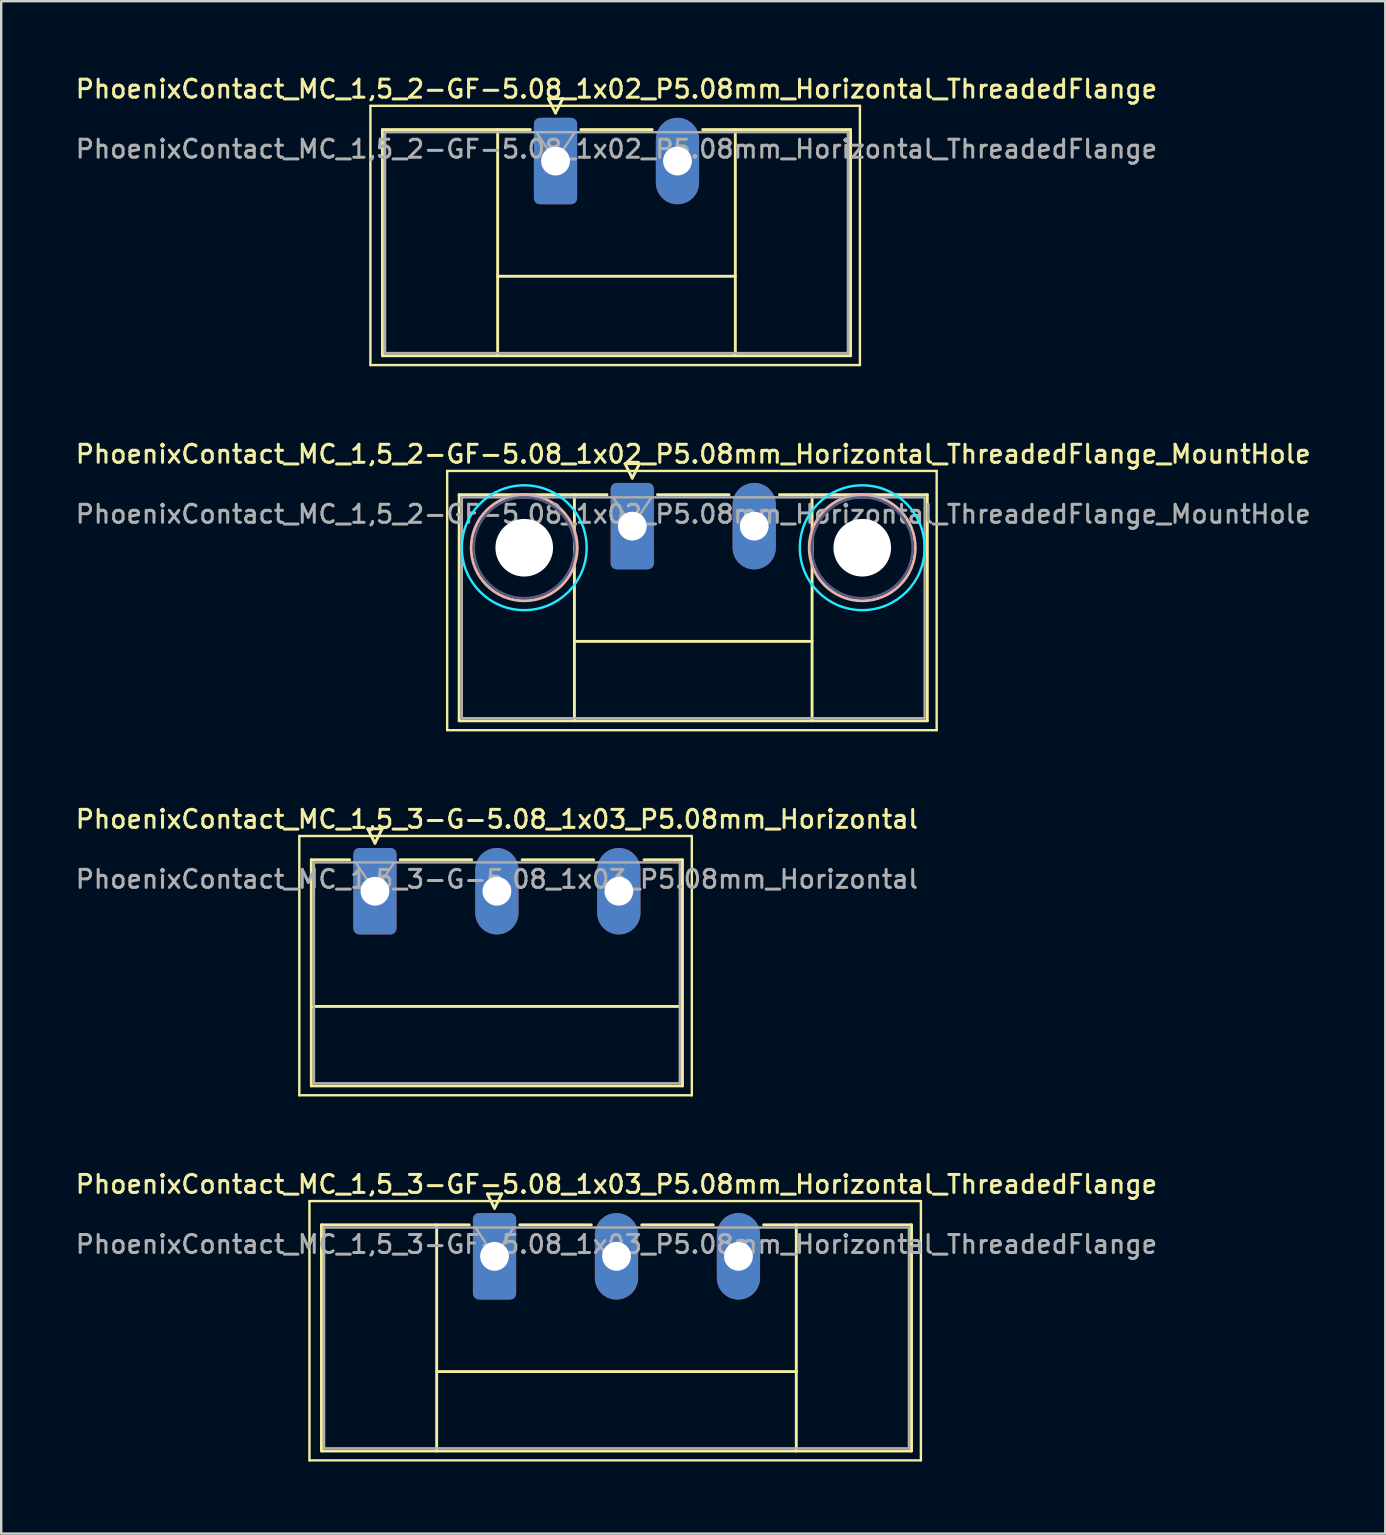
<source format=kicad_pcb>
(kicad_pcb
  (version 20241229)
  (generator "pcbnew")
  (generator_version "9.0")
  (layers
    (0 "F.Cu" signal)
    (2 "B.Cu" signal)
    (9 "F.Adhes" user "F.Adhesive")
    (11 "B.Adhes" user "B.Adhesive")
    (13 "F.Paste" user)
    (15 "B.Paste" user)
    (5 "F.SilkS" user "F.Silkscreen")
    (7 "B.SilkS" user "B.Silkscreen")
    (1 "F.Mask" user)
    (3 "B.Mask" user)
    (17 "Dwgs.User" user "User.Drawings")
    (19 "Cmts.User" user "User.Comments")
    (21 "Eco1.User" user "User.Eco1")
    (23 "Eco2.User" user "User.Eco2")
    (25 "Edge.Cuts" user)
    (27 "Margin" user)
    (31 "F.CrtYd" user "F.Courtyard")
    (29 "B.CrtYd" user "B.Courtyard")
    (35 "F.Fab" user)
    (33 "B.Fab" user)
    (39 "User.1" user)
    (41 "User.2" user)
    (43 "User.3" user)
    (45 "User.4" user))
  (footprint "PhoenixContact_MC_1,5_3-GF-5.08_1x03_P5.08mm_Horizontal_ThreadedFlange"
    (layer "F.Cu")
    (at 17.55 49.282)
    (property "Reference" "PhoenixContact_MC_1,5_3-GF-5.08_1x03_P5.08mm_Horizontal_ThreadedFlange" (at 5.08 -3 0) (layer "F.SilkS") (effects (font (size 0.75 0.75) (thickness 0.125))))
    (attr through_hole)
    (fp_line (start -7.71 -2.3) (end -7.71 8.5) (stroke (width 0.1) (type solid)) (layer "F.SilkS"))
    (fp_line (start -7.71 8.5) (end 17.76 8.5) (stroke (width 0.1) (type solid)) (layer "F.SilkS"))
    (fp_line (start -7.21 -1.31) (end -7.21 8.11) (stroke (width 0.12) (type solid)) (layer "F.SilkS"))
    (fp_line (start -7.21 -1.31) (end -1.05 -1.31) (stroke (width 0.12) (type solid)) (layer "F.SilkS"))
    (fp_line (start -7.21 8.11) (end 17.37 8.11) (stroke (width 0.12) (type solid)) (layer "F.SilkS"))
    (fp_line (start -2.41 -1.31) (end -2.41 8.11) (stroke (width 0.12) (type solid)) (layer "F.SilkS"))
    (fp_line (start -2.41 4.8) (end 12.57 4.8) (stroke (width 0.12) (type solid)) (layer "F.SilkS"))
    (fp_line (start -0.3 -2.6) (end 0.3 -2.6) (stroke (width 0.12) (type solid)) (layer "F.SilkS"))
    (fp_line (start 0 -2) (end -0.3 -2.6) (stroke (width 0.12) (type solid)) (layer "F.SilkS"))
    (fp_line (start 0.3 -2.6) (end 0 -2) (stroke (width 0.12) (type solid)) (layer "F.SilkS"))
    (fp_line (start 1.05 -1.31) (end 4.03 -1.31) (stroke (width 0.12) (type solid)) (layer "F.SilkS"))
    (fp_line (start 6.13 -1.31) (end 9.11 -1.31) (stroke (width 0.12) (type solid)) (layer "F.SilkS"))
    (fp_line (start 12.57 -1.31) (end 12.57 8.11) (stroke (width 0.12) (type solid)) (layer "F.SilkS"))
    (fp_line (start 17.37 -1.31) (end 11.21 -1.31) (stroke (width 0.12) (type solid)) (layer "F.SilkS"))
    (fp_line (start 17.37 8.11) (end 17.37 -1.31) (stroke (width 0.12) (type solid)) (layer "F.SilkS"))
    (fp_line (start 17.76 -2.3) (end -7.71 -2.3) (stroke (width 0.1) (type solid)) (layer "F.SilkS"))
    (fp_line (start 17.76 8.5) (end 17.76 -2.3) (stroke (width 0.1) (type solid)) (layer "F.SilkS"))
    (fp_line (start -7.1 -1.2) (end -7.1 8) (stroke (width 0.1) (type solid)) (layer "F.Fab"))
    (fp_line (start -7.1 8) (end 17.26 8) (stroke (width 0.1) (type solid)) (layer "F.Fab"))
    (fp_line (start 0 0) (end -0.8 -1.2) (stroke (width 0.1) (type solid)) (layer "F.Fab"))
    (fp_line (start 0.8 -1.2) (end 0 0) (stroke (width 0.1) (type solid)) (layer "F.Fab"))
    (fp_line (start 17.26 -1.2) (end -7.1 -1.2) (stroke (width 0.1) (type solid)) (layer "F.Fab"))
    (fp_line (start 17.26 8) (end 17.26 -1.2) (stroke (width 0.1) (type solid)) (layer "F.Fab"))
    (fp_text user "${REFERENCE}" (at 5.08 -0.5 0) (layer "F.Fab") (effects (font (size 0.75 0.75) (thickness 0.125))))
    (pad "1" thru_hole roundrect (at 0 0) (size 1.8 3.6) (drill 1.2) (layers "*.Cu" "*.Mask") (roundrect_rratio 0.139))
    (pad "2" thru_hole oval (at 5.08 0) (size 1.8 3.6) (drill 1.2) (layers "*.Cu" "*.Mask"))
    (pad "3" thru_hole oval (at 10.16 0) (size 1.8 3.6) (drill 1.2) (layers "*.Cu" "*.Mask")))
  (footprint "PhoenixContact_MC_1,5_2-GF-5.08_1x02_P5.08mm_Horizontal_ThreadedFlange"
    (layer "F.Cu")
    (at 20.09 3.658)
    (property "Reference" "PhoenixContact_MC_1,5_2-GF-5.08_1x02_P5.08mm_Horizontal_ThreadedFlange" (at 2.54 -3 0) (layer "F.SilkS") (effects (font (size 0.75 0.75) (thickness 0.125))))
    (attr through_hole)
    (fp_line (start -7.71 -2.3) (end -7.71 8.5) (stroke (width 0.1) (type solid)) (layer "F.SilkS"))
    (fp_line (start -7.71 8.5) (end 12.68 8.5) (stroke (width 0.1) (type solid)) (layer "F.SilkS"))
    (fp_line (start -7.21 -1.31) (end -7.21 8.11) (stroke (width 0.12) (type solid)) (layer "F.SilkS"))
    (fp_line (start -7.21 -1.31) (end -1.05 -1.31) (stroke (width 0.12) (type solid)) (layer "F.SilkS"))
    (fp_line (start -7.21 8.11) (end 12.29 8.11) (stroke (width 0.12) (type solid)) (layer "F.SilkS"))
    (fp_line (start -2.41 -1.31) (end -2.41 8.11) (stroke (width 0.12) (type solid)) (layer "F.SilkS"))
    (fp_line (start -2.41 4.8) (end 7.49 4.8) (stroke (width 0.12) (type solid)) (layer "F.SilkS"))
    (fp_line (start -0.3 -2.6) (end 0.3 -2.6) (stroke (width 0.12) (type solid)) (layer "F.SilkS"))
    (fp_line (start 0 -2) (end -0.3 -2.6) (stroke (width 0.12) (type solid)) (layer "F.SilkS"))
    (fp_line (start 0.3 -2.6) (end 0 -2) (stroke (width 0.12) (type solid)) (layer "F.SilkS"))
    (fp_line (start 1.05 -1.31) (end 4.03 -1.31) (stroke (width 0.12) (type solid)) (layer "F.SilkS"))
    (fp_line (start 7.49 -1.31) (end 7.49 8.11) (stroke (width 0.12) (type solid)) (layer "F.SilkS"))
    (fp_line (start 12.29 -1.31) (end 6.13 -1.31) (stroke (width 0.12) (type solid)) (layer "F.SilkS"))
    (fp_line (start 12.29 8.11) (end 12.29 -1.31) (stroke (width 0.12) (type solid)) (layer "F.SilkS"))
    (fp_line (start 12.68 -2.3) (end -7.71 -2.3) (stroke (width 0.1) (type solid)) (layer "F.SilkS"))
    (fp_line (start 12.68 8.5) (end 12.68 -2.3) (stroke (width 0.1) (type solid)) (layer "F.SilkS"))
    (fp_line (start -7.1 -1.2) (end -7.1 8) (stroke (width 0.1) (type solid)) (layer "F.Fab"))
    (fp_line (start -7.1 8) (end 12.18 8) (stroke (width 0.1) (type solid)) (layer "F.Fab"))
    (fp_line (start 0 0) (end -0.8 -1.2) (stroke (width 0.1) (type solid)) (layer "F.Fab"))
    (fp_line (start 0.8 -1.2) (end 0 0) (stroke (width 0.1) (type solid)) (layer "F.Fab"))
    (fp_line (start 12.18 -1.2) (end -7.1 -1.2) (stroke (width 0.1) (type solid)) (layer "F.Fab"))
    (fp_line (start 12.18 8) (end 12.18 -1.2) (stroke (width 0.1) (type solid)) (layer "F.Fab"))
    (fp_text user "${REFERENCE}" (at 2.54 -0.5 0) (layer "F.Fab") (effects (font (size 0.75 0.75) (thickness 0.125))))
    (pad "1" thru_hole roundrect (at 0 0) (size 1.8 3.6) (drill 1.2) (layers "*.Cu" "*.Mask") (roundrect_rratio 0.139))
    (pad "2" thru_hole oval (at 5.08 0) (size 1.8 3.6) (drill 1.2) (layers "*.Cu" "*.Mask")))
  (footprint "PhoenixContact_MC_1,5_3-G-5.08_1x03_P5.08mm_Horizontal"
    (layer "F.Cu")
    (at 12.568 34.074)
    (property "Reference" "PhoenixContact_MC_1,5_3-G-5.08_1x03_P5.08mm_Horizontal" (at 5.08 -3 0) (layer "F.SilkS") (effects (font (size 0.75 0.75) (thickness 0.125))))
    (attr through_hole)
    (fp_line (start -3.15 -2.3) (end -3.15 8.5) (stroke (width 0.1) (type solid)) (layer "F.SilkS"))
    (fp_line (start -3.15 8.5) (end 13.2 8.5) (stroke (width 0.1) (type solid)) (layer "F.SilkS"))
    (fp_line (start -2.65 -1.31) (end -2.65 8.11) (stroke (width 0.12) (type solid)) (layer "F.SilkS"))
    (fp_line (start -2.65 -1.31) (end -1.05 -1.31) (stroke (width 0.12) (type solid)) (layer "F.SilkS"))
    (fp_line (start -2.65 4.8) (end 12.81 4.8) (stroke (width 0.12) (type solid)) (layer "F.SilkS"))
    (fp_line (start -2.65 8.11) (end 12.81 8.11) (stroke (width 0.12) (type solid)) (layer "F.SilkS"))
    (fp_line (start -0.3 -2.6) (end 0.3 -2.6) (stroke (width 0.12) (type solid)) (layer "F.SilkS"))
    (fp_line (start 0 -2) (end -0.3 -2.6) (stroke (width 0.12) (type solid)) (layer "F.SilkS"))
    (fp_line (start 0.3 -2.6) (end 0 -2) (stroke (width 0.12) (type solid)) (layer "F.SilkS"))
    (fp_line (start 1.05 -1.31) (end 4.03 -1.31) (stroke (width 0.12) (type solid)) (layer "F.SilkS"))
    (fp_line (start 6.13 -1.31) (end 9.11 -1.31) (stroke (width 0.12) (type solid)) (layer "F.SilkS"))
    (fp_line (start 12.81 -1.31) (end 11.21 -1.31) (stroke (width 0.12) (type solid)) (layer "F.SilkS"))
    (fp_line (start 12.81 8.11) (end 12.81 -1.31) (stroke (width 0.12) (type solid)) (layer "F.SilkS"))
    (fp_line (start 13.2 -2.3) (end -3.15 -2.3) (stroke (width 0.1) (type solid)) (layer "F.SilkS"))
    (fp_line (start 13.2 8.5) (end 13.2 -2.3) (stroke (width 0.1) (type solid)) (layer "F.SilkS"))
    (fp_line (start -2.54 -1.2) (end -2.54 8) (stroke (width 0.1) (type solid)) (layer "F.Fab"))
    (fp_line (start -2.54 8) (end 12.7 8) (stroke (width 0.1) (type solid)) (layer "F.Fab"))
    (fp_line (start 0 0) (end -0.8 -1.2) (stroke (width 0.1) (type solid)) (layer "F.Fab"))
    (fp_line (start 0.8 -1.2) (end 0 0) (stroke (width 0.1) (type solid)) (layer "F.Fab"))
    (fp_line (start 12.7 -1.2) (end -2.54 -1.2) (stroke (width 0.1) (type solid)) (layer "F.Fab"))
    (fp_line (start 12.7 8) (end 12.7 -1.2) (stroke (width 0.1) (type solid)) (layer "F.Fab"))
    (fp_text user "${REFERENCE}" (at 5.08 -0.5 0) (layer "F.Fab") (effects (font (size 0.75 0.75) (thickness 0.125))))
    (pad "1" thru_hole roundrect (at 0 0) (size 1.8 3.6) (drill 1.2) (layers "*.Cu" "*.Mask") (roundrect_rratio 0.139))
    (pad "2" thru_hole oval (at 5.08 0) (size 1.8 3.6) (drill 1.2) (layers "*.Cu" "*.Mask"))
    (pad "3" thru_hole oval (at 10.16 0) (size 1.8 3.6) (drill 1.2) (layers "*.Cu" "*.Mask")))
  (footprint "PhoenixContact_MC_1,5_2-GF-5.08_1x02_P5.08mm_Horizontal_ThreadedFlange_MountHole"
    (layer "F.Cu")
    (at 23.287 18.866)
    (property "Reference" "PhoenixContact_MC_1,5_2-GF-5.08_1x02_P5.08mm_Horizontal_ThreadedFlange_MountHole" (at 2.54 -3 0) (layer "F.SilkS") (effects (font (size 0.75 0.75) (thickness 0.125))))
    (attr through_hole)
    (fp_line (start -7.71 -2.3) (end -7.71 8.5) (stroke (width 0.1) (type solid)) (layer "F.SilkS"))
    (fp_line (start -7.71 8.5) (end 12.68 8.5) (stroke (width 0.1) (type solid)) (layer "F.SilkS"))
    (fp_line (start -7.21 -1.31) (end -7.21 8.11) (stroke (width 0.12) (type solid)) (layer "F.SilkS"))
    (fp_line (start -7.21 -1.31) (end -1.05 -1.31) (stroke (width 0.12) (type solid)) (layer "F.SilkS"))
    (fp_line (start -7.21 8.11) (end 12.29 8.11) (stroke (width 0.12) (type solid)) (layer "F.SilkS"))
    (fp_line (start -2.41 -1.31) (end -2.41 8.11) (stroke (width 0.12) (type solid)) (layer "F.SilkS"))
    (fp_line (start -2.41 4.8) (end 7.49 4.8) (stroke (width 0.12) (type solid)) (layer "F.SilkS"))
    (fp_line (start -0.3 -2.6) (end 0.3 -2.6) (stroke (width 0.12) (type solid)) (layer "F.SilkS"))
    (fp_line (start 0 -2) (end -0.3 -2.6) (stroke (width 0.12) (type solid)) (layer "F.SilkS"))
    (fp_line (start 0.3 -2.6) (end 0 -2) (stroke (width 0.12) (type solid)) (layer "F.SilkS"))
    (fp_line (start 1.05 -1.31) (end 4.03 -1.31) (stroke (width 0.12) (type solid)) (layer "F.SilkS"))
    (fp_line (start 7.49 -1.31) (end 7.49 8.11) (stroke (width 0.12) (type solid)) (layer "F.SilkS"))
    (fp_line (start 12.29 -1.31) (end 6.13 -1.31) (stroke (width 0.12) (type solid)) (layer "F.SilkS"))
    (fp_line (start 12.29 8.11) (end 12.29 -1.31) (stroke (width 0.12) (type solid)) (layer "F.SilkS"))
    (fp_line (start 12.68 -2.3) (end -7.71 -2.3) (stroke (width 0.1) (type solid)) (layer "F.SilkS"))
    (fp_line (start 12.68 8.5) (end 12.68 -2.3) (stroke (width 0.1) (type solid)) (layer "F.SilkS"))
    (fp_circle (center -4.5 0.9) (end -2.29 0.9) (stroke (width 0.12) (type solid)) (fill no) (layer "B.SilkS"))
    (fp_circle (center 9.58 0.9) (end 11.79 0.9) (stroke (width 0.12) (type solid)) (fill no) (layer "B.SilkS"))
    (fp_circle (center -4.5 0.9) (end -1.9 0.9) (stroke (width 0.1) (type solid)) (fill no) (layer "B.CrtYd"))
    (fp_circle (center 9.58 0.9) (end 12.18 0.9) (stroke (width 0.1) (type solid)) (fill no) (layer "B.CrtYd"))
    (fp_circle (center -4.5 0.9) (end -2.4 0.9) (stroke (width 0.1) (type solid)) (fill no) (layer "B.Fab"))
    (fp_circle (center 9.58 0.9) (end 11.68 0.9) (stroke (width 0.1) (type solid)) (fill no) (layer "B.Fab"))
    (fp_line (start -7.1 -1.2) (end -7.1 8) (stroke (width 0.1) (type solid)) (layer "F.Fab"))
    (fp_line (start -7.1 8) (end 12.18 8) (stroke (width 0.1) (type solid)) (layer "F.Fab"))
    (fp_line (start 0 0) (end -0.8 -1.2) (stroke (width 0.1) (type solid)) (layer "F.Fab"))
    (fp_line (start 0.8 -1.2) (end 0 0) (stroke (width 0.1) (type solid)) (layer "F.Fab"))
    (fp_line (start 12.18 -1.2) (end -7.1 -1.2) (stroke (width 0.1) (type solid)) (layer "F.Fab"))
    (fp_line (start 12.18 8) (end 12.18 -1.2) (stroke (width 0.1) (type solid)) (layer "F.Fab"))
    (fp_text user "${REFERENCE}" (at 2.54 -0.5 0) (layer "F.Fab") (effects (font (size 0.75 0.75) (thickness 0.125))))
    (pad "" np_thru_hole circle (at -4.5 0.9) (size 2.4 2.4) (drill 2.4) (layers "*.Cu" "*.Mask"))
    (pad "" np_thru_hole circle (at 9.58 0.9) (size 2.4 2.4) (drill 2.4) (layers "*.Cu" "*.Mask"))
    (pad "1" thru_hole roundrect (at 0 0) (size 1.8 3.6) (drill 1.2) (layers "*.Cu" "*.Mask") (roundrect_rratio 0.139))
    (pad "2" thru_hole oval (at 5.08 0) (size 1.8 3.6) (drill 1.2) (layers "*.Cu" "*.Mask")))
  (gr_rect
    (start -3 -3)
    (end 54.654 60.833)
    (stroke (width 0.1) (type default))
    (fill no)
    (layer "Edge.Cuts")))
</source>
